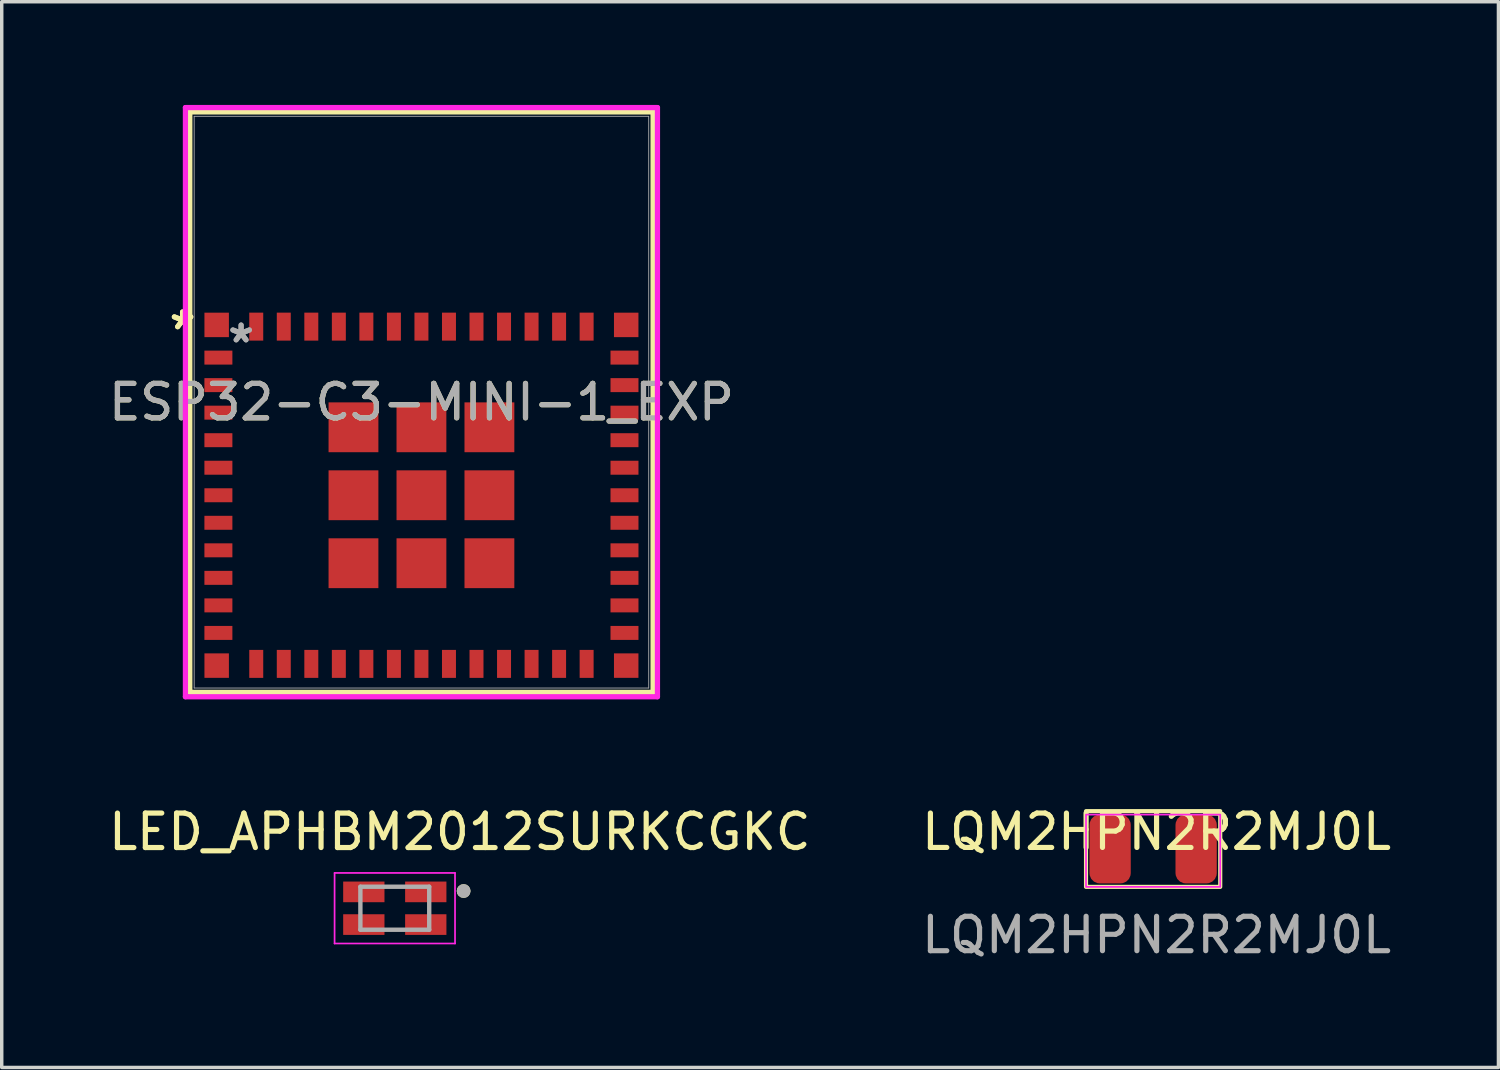
<source format=kicad_pcb>
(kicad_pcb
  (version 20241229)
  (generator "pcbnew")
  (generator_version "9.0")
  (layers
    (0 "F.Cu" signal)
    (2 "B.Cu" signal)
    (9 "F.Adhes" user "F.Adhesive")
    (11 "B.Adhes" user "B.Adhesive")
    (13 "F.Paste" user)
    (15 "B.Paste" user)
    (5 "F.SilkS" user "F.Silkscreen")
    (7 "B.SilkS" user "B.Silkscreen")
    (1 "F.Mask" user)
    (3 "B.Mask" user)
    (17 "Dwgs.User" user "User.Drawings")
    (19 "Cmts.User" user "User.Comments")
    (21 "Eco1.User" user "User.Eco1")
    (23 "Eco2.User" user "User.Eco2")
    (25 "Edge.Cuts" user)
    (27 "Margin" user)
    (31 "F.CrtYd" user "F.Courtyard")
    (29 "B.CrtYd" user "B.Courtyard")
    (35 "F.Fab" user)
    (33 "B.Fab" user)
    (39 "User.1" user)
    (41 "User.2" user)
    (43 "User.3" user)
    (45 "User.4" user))
  (footprint "LED_APHBM2012SURKCGKC"
    (layer "F.Cu")
    (at 8.422 23.341)
    (property "Reference" "LED_APHBM2012SURKCGKC" (at 1.889 -2.219 0) (layer "F.SilkS") (effects (font (size 1.002 1.002) (thickness 0.15))))
    (attr smd)
    (fp_circle (center 2 -0.5) (end 2.1 -0.5) (stroke (width 0.2) (type solid)) (fill no) (layer "F.SilkS"))
    (fp_line (start -1.75 -1.025) (end 1.75 -1.025) (stroke (width 0.05) (type solid)) (layer "F.CrtYd"))
    (fp_line (start -1.75 1.025) (end -1.75 -1.025) (stroke (width 0.05) (type solid)) (layer "F.CrtYd"))
    (fp_line (start 1.75 -1.025) (end 1.75 1.025) (stroke (width 0.05) (type solid)) (layer "F.CrtYd"))
    (fp_line (start 1.75 1.025) (end -1.75 1.025) (stroke (width 0.05) (type solid)) (layer "F.CrtYd"))
    (fp_line (start -1 -0.625) (end 1 -0.625) (stroke (width 0.127) (type solid)) (layer "F.Fab"))
    (fp_line (start -1 0.625) (end -1 -0.625) (stroke (width 0.127) (type solid)) (layer "F.Fab"))
    (fp_line (start 1 -0.625) (end 1 0.625) (stroke (width 0.127) (type solid)) (layer "F.Fab"))
    (fp_line (start 1 0.625) (end -1 0.625) (stroke (width 0.127) (type solid)) (layer "F.Fab"))
    (fp_circle (center 2 -0.5) (end 2.1 -0.5) (stroke (width 0.2) (type solid)) (fill no) (layer "F.Fab"))
    (pad "1" smd rect (at 0.9 -0.475 270) (size 0.6 1.2) (layers "F.Cu" "F.Mask" "F.Paste"))
    (pad "2" smd rect (at -0.9 -0.475 270) (size 0.6 1.2) (layers "F.Cu" "F.Mask" "F.Paste"))
    (pad "3" smd rect (at -0.9 0.475 270) (size 0.6 1.2) (layers "F.Cu" "F.Mask" "F.Paste"))
    (pad "4" smd rect (at 0.9 0.475 270) (size 0.6 1.2) (layers "F.Cu" "F.Mask" "F.Paste")))
  (footprint "LQM2HPN2R2MJ0L"
    (layer "F.Cu")
    (at 30.557 21.62)
    (property "Reference" "LQM2HPN2R2MJ0L" (at 0 -0.5 0) (unlocked yes) (layer "F.SilkS") (effects (font (size 1 1) (thickness 0.15))))
    (attr smd)
    (fp_rect (start -2.05 -1.1) (end 1.85 1.1) (stroke (width 0.12) (type default)) (fill no) (layer "F.SilkS"))
    (fp_rect (start -2.05 -1) (end 1.85 1.1) (stroke (width 0.05) (type default)) (fill no) (layer "F.CrtYd"))
    (fp_text user "${REFERENCE}" (at 0 2.5 0) (unlocked yes) (layer "F.Fab") (effects (font (size 1 1) (thickness 0.15))))
    (pad "1" smd roundrect (at -1.35 0) (size 1.2 2) (layers "F.Cu" "F.Mask" "F.Paste") (roundrect_rratio 0.25))
    (pad "2" smd roundrect (at 1.15 0) (size 1.2 2) (layers "F.Cu" "F.Mask" "F.Paste") (roundrect_rratio 0.25)))
  (footprint "ESP32-C3-MINI-1_EXP"
    (layer "F.Cu")
    (at 9.196 8.636)
    (property "Reference" "ESP32-C3-MINI-1_EXP" (at 0 0 0) (unlocked yes) (layer "F.SilkS") (effects (font (size 1 1) (thickness 0.15))))
    (attr smd)
    (fp_line (start -6.731 -8.433) (end 6.731 -8.433) (stroke (width 0.152) (type solid)) (layer "F.SilkS"))
    (fp_line (start -6.731 8.433) (end -6.731 -8.433) (stroke (width 0.152) (type solid)) (layer "F.SilkS"))
    (fp_line (start 6.731 -8.433) (end 6.731 8.433) (stroke (width 0.152) (type solid)) (layer "F.SilkS"))
    (fp_line (start 6.731 8.433) (end -6.731 8.433) (stroke (width 0.152) (type solid)) (layer "F.SilkS"))
    (fp_poly (pts (xy -6.604 -8.306) (xy -6.604 -2.896) (xy 6.604 -2.896) (xy 6.604 -8.306)) (stroke (width 0.1) (type solid)) (fill no) (layer "Eco2.User"))
    (fp_line (start -6.858 -8.56) (end -6.858 8.56) (stroke (width 0.152) (type solid)) (layer "F.CrtYd"))
    (fp_line (start -6.858 8.56) (end 6.858 8.56) (stroke (width 0.152) (type solid)) (layer "F.CrtYd"))
    (fp_line (start 6.858 -8.56) (end -6.858 -8.56) (stroke (width 0.152) (type solid)) (layer "F.CrtYd"))
    (fp_line (start 6.858 8.56) (end 6.858 -8.56) (stroke (width 0.152) (type solid)) (layer "F.CrtYd"))
    (fp_line (start -6.604 -8.306) (end -6.604 8.306) (stroke (width 0.025) (type solid)) (layer "F.Fab"))
    (fp_line (start -6.604 8.306) (end 6.604 8.306) (stroke (width 0.025) (type solid)) (layer "F.Fab"))
    (fp_line (start 6.604 -8.306) (end -6.604 -8.306) (stroke (width 0.025) (type solid)) (layer "F.Fab"))
    (fp_line (start 6.604 8.306) (end 6.604 -8.306) (stroke (width 0.025) (type solid)) (layer "F.Fab"))
    (fp_text user "*" (at -6.941 -2.076 0) (layer "F.SilkS") (effects (font (size 1 1) (thickness 0.15))))
    (fp_text user "*" (at -6.941 -2.076 0) (unlocked yes) (layer "F.SilkS") (effects (font (size 1 1) (thickness 0.15))))
    (fp_text user "*" (at -5.24 -1.695 0) (layer "F.Fab") (effects (font (size 1 1) (thickness 0.15))))
    (fp_text user "${REFERENCE}" (at 0 0 0) (unlocked yes) (layer "F.Fab") (effects (font (size 1 1) (thickness 0.15))))
    (fp_text user "*" (at -5.24 -1.695 0) (unlocked yes) (layer "F.Fab") (effects (font (size 1 1) (thickness 0.15))))
    (pad "1" smd rect (at -5.9 -1.295 90) (size 0.406 0.813) (layers "F.Cu" "F.Mask" "F.Paste"))
    (pad "2" smd rect (at -5.9 -0.495 90) (size 0.406 0.813) (layers "F.Cu" "F.Mask" "F.Paste"))
    (pad "3" smd rect (at -5.9 0.305 90) (size 0.406 0.813) (layers "F.Cu" "F.Mask" "F.Paste"))
    (pad "4" smd rect (at -5.9 1.105 90) (size 0.406 0.813) (layers "F.Cu" "F.Mask" "F.Paste"))
    (pad "5" smd rect (at -5.9 1.905 90) (size 0.406 0.813) (layers "F.Cu" "F.Mask" "F.Paste"))
    (pad "6" smd rect (at -5.9 2.705 90) (size 0.406 0.813) (layers "F.Cu" "F.Mask" "F.Paste"))
    (pad "7" smd rect (at -5.9 3.505 90) (size 0.406 0.813) (layers "F.Cu" "F.Mask" "F.Paste"))
    (pad "8" smd rect (at -5.9 4.305 90) (size 0.406 0.813) (layers "F.Cu" "F.Mask" "F.Paste"))
    (pad "9" smd rect (at -5.9 5.105 90) (size 0.406 0.813) (layers "F.Cu" "F.Mask" "F.Paste"))
    (pad "10" smd rect (at -5.9 5.905 90) (size 0.406 0.813) (layers "F.Cu" "F.Mask" "F.Paste"))
    (pad "11" smd rect (at -5.9 6.705 90) (size 0.406 0.813) (layers "F.Cu" "F.Mask" "F.Paste"))
    (pad "12" smd rect (at -4.8 7.605) (size 0.406 0.813) (layers "F.Cu" "F.Mask" "F.Paste"))
    (pad "13" smd rect (at -4 7.605) (size 0.406 0.813) (layers "F.Cu" "F.Mask" "F.Paste"))
    (pad "14" smd rect (at -3.2 7.605) (size 0.406 0.813) (layers "F.Cu" "F.Mask" "F.Paste"))
    (pad "15" smd rect (at -2.4 7.605) (size 0.406 0.813) (layers "F.Cu" "F.Mask" "F.Paste"))
    (pad "16" smd rect (at -1.6 7.605) (size 0.406 0.813) (layers "F.Cu" "F.Mask" "F.Paste"))
    (pad "17" smd rect (at -0.8 7.605) (size 0.406 0.813) (layers "F.Cu" "F.Mask" "F.Paste"))
    (pad "18" smd rect (at 0 7.605) (size 0.406 0.813) (layers "F.Cu" "F.Mask" "F.Paste"))
    (pad "19" smd rect (at 0.8 7.605) (size 0.406 0.813) (layers "F.Cu" "F.Mask" "F.Paste"))
    (pad "20" smd rect (at 1.6 7.605) (size 0.406 0.813) (layers "F.Cu" "F.Mask" "F.Paste"))
    (pad "21" smd rect (at 2.4 7.605) (size 0.406 0.813) (layers "F.Cu" "F.Mask" "F.Paste"))
    (pad "22" smd rect (at 3.2 7.605) (size 0.406 0.813) (layers "F.Cu" "F.Mask" "F.Paste"))
    (pad "23" smd rect (at 4 7.605) (size 0.406 0.813) (layers "F.Cu" "F.Mask" "F.Paste"))
    (pad "24" smd rect (at 4.8 7.605) (size 0.406 0.813) (layers "F.Cu" "F.Mask" "F.Paste"))
    (pad "25" smd rect (at 5.9 6.705 90) (size 0.406 0.813) (layers "F.Cu" "F.Mask" "F.Paste"))
    (pad "26" smd rect (at 5.9 5.905 90) (size 0.406 0.813) (layers "F.Cu" "F.Mask" "F.Paste"))
    (pad "27" smd rect (at 5.9 5.105 90) (size 0.406 0.813) (layers "F.Cu" "F.Mask" "F.Paste"))
    (pad "28" smd rect (at 5.9 4.305 90) (size 0.406 0.813) (layers "F.Cu" "F.Mask" "F.Paste"))
    (pad "29" smd rect (at 5.9 3.505 90) (size 0.406 0.813) (layers "F.Cu" "F.Mask" "F.Paste"))
    (pad "30" smd rect (at 5.9 2.705 90) (size 0.406 0.813) (layers "F.Cu" "F.Mask" "F.Paste"))
    (pad "31" smd rect (at 5.9 1.905 90) (size 0.406 0.813) (layers "F.Cu" "F.Mask" "F.Paste"))
    (pad "32" smd rect (at 5.9 1.105 90) (size 0.406 0.813) (layers "F.Cu" "F.Mask" "F.Paste"))
    (pad "33" smd rect (at 5.9 0.305 90) (size 0.406 0.813) (layers "F.Cu" "F.Mask" "F.Paste"))
    (pad "34" smd rect (at 5.9 -0.495 90) (size 0.406 0.813) (layers "F.Cu" "F.Mask" "F.Paste"))
    (pad "35" smd rect (at 5.9 -1.295 90) (size 0.406 0.813) (layers "F.Cu" "F.Mask" "F.Paste"))
    (pad "36" smd rect (at 4.8 -2.195) (size 0.406 0.813) (layers "F.Cu" "F.Mask" "F.Paste"))
    (pad "37" smd rect (at 4 -2.195) (size 0.406 0.813) (layers "F.Cu" "F.Mask" "F.Paste"))
    (pad "38" smd rect (at 3.2 -2.195) (size 0.406 0.813) (layers "F.Cu" "F.Mask" "F.Paste"))
    (pad "39" smd rect (at 2.4 -2.195) (size 0.406 0.813) (layers "F.Cu" "F.Mask" "F.Paste"))
    (pad "40" smd rect (at 1.6 -2.195) (size 0.406 0.813) (layers "F.Cu" "F.Mask" "F.Paste"))
    (pad "41" smd rect (at 0.8 -2.195) (size 0.406 0.813) (layers "F.Cu" "F.Mask" "F.Paste"))
    (pad "42" smd rect (at 0 -2.195) (size 0.406 0.813) (layers "F.Cu" "F.Mask" "F.Paste"))
    (pad "43" smd rect (at -0.8 -2.195) (size 0.406 0.813) (layers "F.Cu" "F.Mask" "F.Paste"))
    (pad "44" smd rect (at -1.6 -2.195) (size 0.406 0.813) (layers "F.Cu" "F.Mask" "F.Paste"))
    (pad "45" smd rect (at -2.4 -2.195) (size 0.406 0.813) (layers "F.Cu" "F.Mask" "F.Paste"))
    (pad "46" smd rect (at -3.2 -2.195) (size 0.406 0.813) (layers "F.Cu" "F.Mask" "F.Paste"))
    (pad "47" smd rect (at -4 -2.195) (size 0.406 0.813) (layers "F.Cu" "F.Mask" "F.Paste"))
    (pad "48" smd rect (at -4.8 -2.195) (size 0.406 0.813) (layers "F.Cu" "F.Mask" "F.Paste"))
    (pad "49" smd rect (at 0 2.705 90) (size 1.448 1.448) (layers "F.Cu" "F.Mask" "F.Paste"))
    (pad "50" smd rect (at 5.95 -2.245 90) (size 0.711 0.711) (layers "F.Cu" "F.Mask" "F.Paste"))
    (pad "51" smd rect (at 5.95 7.655 90) (size 0.711 0.711) (layers "F.Cu" "F.Mask" "F.Paste"))
    (pad "52" smd rect (at -5.95 7.655 90) (size 0.711 0.711) (layers "F.Cu" "F.Mask" "F.Paste"))
    (pad "53" smd rect (at -5.95 -2.245 90) (size 0.711 0.711) (layers "F.Cu" "F.Mask" "F.Paste"))
    (pad "54" smd rect (at 1.975 0.73 90) (size 1.448 1.448) (layers "F.Cu" "F.Mask" "F.Paste"))
    (pad "55" smd rect (at 1.975 2.705 90) (size 1.448 1.448) (layers "F.Cu" "F.Mask" "F.Paste"))
    (pad "56" smd rect (at 1.975 4.68 90) (size 1.448 1.448) (layers "F.Cu" "F.Mask" "F.Paste"))
    (pad "57" smd rect (at 0 4.68 90) (size 1.448 1.448) (layers "F.Cu" "F.Mask" "F.Paste"))
    (pad "58" smd rect (at -1.975 4.68 90) (size 1.448 1.448) (layers "F.Cu" "F.Mask" "F.Paste"))
    (pad "59" smd rect (at -1.975 2.705 90) (size 1.448 1.448) (layers "F.Cu" "F.Mask" "F.Paste"))
    (pad "60" smd rect (at -1.975 0.73 90) (size 1.448 1.448) (layers "F.Cu" "F.Mask" "F.Paste"))
    (pad "61" smd rect (at 0 0.73 90) (size 1.448 1.448) (layers "F.Cu" "F.Mask" "F.Paste")))
  (gr_rect
    (start -3 -3)
    (end 40.491 27.968)
    (stroke (width 0.1) (type default))
    (fill no)
    (layer "Edge.Cuts")))
</source>
